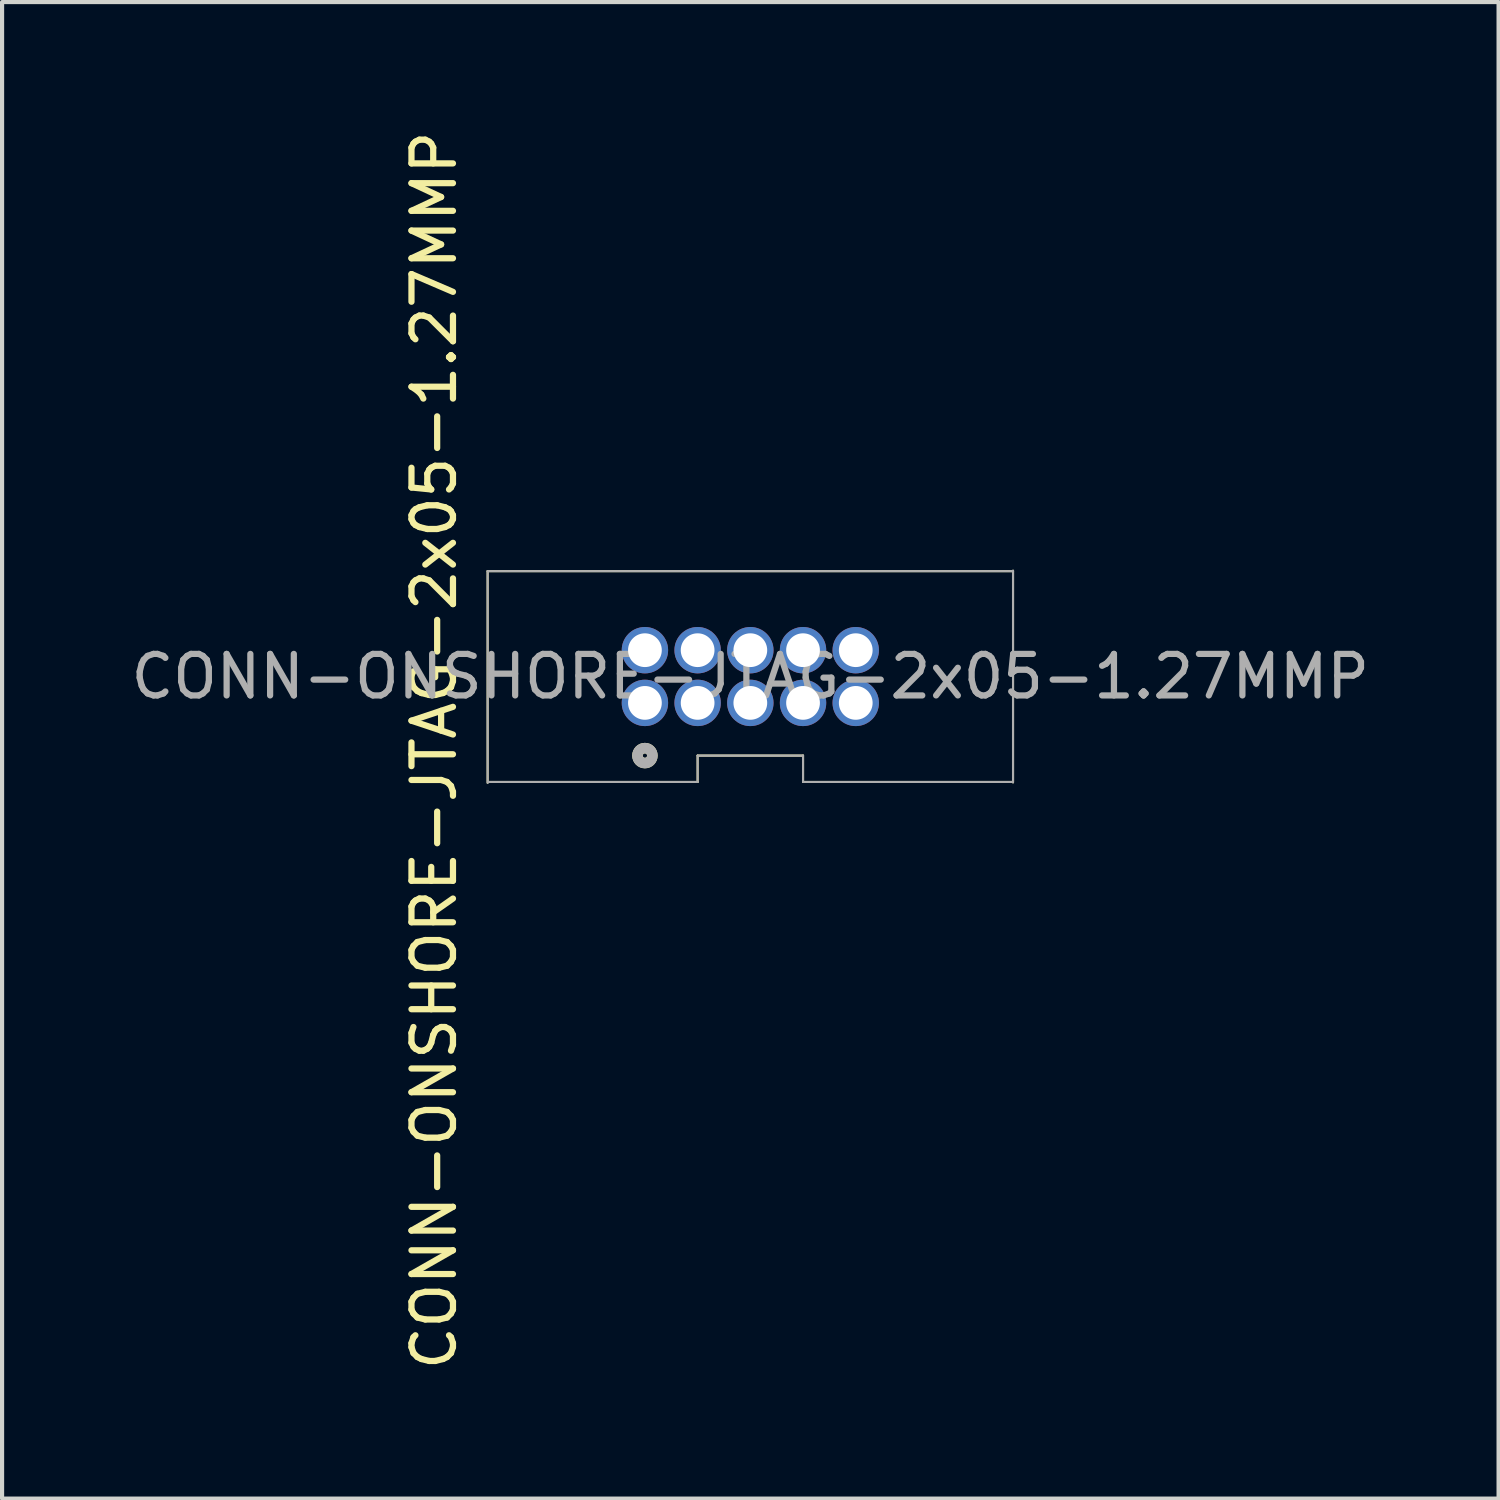
<source format=kicad_pcb>
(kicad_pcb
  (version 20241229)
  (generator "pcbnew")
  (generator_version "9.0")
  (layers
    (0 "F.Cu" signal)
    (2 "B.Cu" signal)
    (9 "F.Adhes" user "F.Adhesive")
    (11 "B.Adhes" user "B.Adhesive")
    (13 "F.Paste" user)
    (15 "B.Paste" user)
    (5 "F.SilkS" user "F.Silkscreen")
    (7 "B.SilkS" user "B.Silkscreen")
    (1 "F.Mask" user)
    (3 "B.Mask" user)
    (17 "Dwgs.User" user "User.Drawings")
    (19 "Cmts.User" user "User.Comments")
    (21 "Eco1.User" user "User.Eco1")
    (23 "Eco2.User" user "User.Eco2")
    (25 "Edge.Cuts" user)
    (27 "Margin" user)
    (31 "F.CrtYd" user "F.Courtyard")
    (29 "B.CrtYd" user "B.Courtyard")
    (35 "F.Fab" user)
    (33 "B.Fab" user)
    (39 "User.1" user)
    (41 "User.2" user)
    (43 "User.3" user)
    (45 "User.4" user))
  (footprint "CONN-ONSHORE-JTAG-2x05-1.27MMP"
    (layer "F.Cu")
    (at 15.03 13.252)
    (property "Reference" "CONN-ONSHORE-JTAG-2x05-1.27MMP" (at 0 0 0) (layer "F.Fab") (effects (font (size 1 1) (thickness 0.15))))
    (attr smd)
    (fp_line (start -6.33 -2.54) (end -6.33 2.56) (stroke (width 0.05) (type solid)) (layer "F.SilkS"))
    (fp_line (start -6.33 -2.54) (end 6.33 -2.54) (stroke (width 0.05) (type solid)) (layer "F.SilkS"))
    (fp_line (start -6.31 2.54) (end -1.27 2.54) (stroke (width 0.05) (type solid)) (layer "F.SilkS"))
    (fp_line (start -1.27 1.905) (end 1.27 1.905) (stroke (width 0.05) (type solid)) (layer "F.SilkS"))
    (fp_line (start -1.27 2.54) (end -1.27 1.905) (stroke (width 0.05) (type solid)) (layer "F.SilkS"))
    (fp_line (start 1.27 1.905) (end 1.27 2.54) (stroke (width 0.05) (type solid)) (layer "F.SilkS"))
    (fp_line (start 6.31 2.54) (end 1.27 2.54) (stroke (width 0.05) (type solid)) (layer "F.SilkS"))
    (fp_line (start 6.33 -2.55) (end 6.33 2.55) (stroke (width 0.05) (type solid)) (layer "F.SilkS"))
    (fp_circle (center -2.54 1.905) (end -2.413 2.032) (stroke (width 0.254) (type solid)) (fill no) (layer "F.SilkS"))
    (fp_line (start -6.33 -2.54) (end -6.33 2.56) (stroke (width 0.05) (type solid)) (layer "F.Fab"))
    (fp_line (start -6.33 -2.54) (end 6.33 -2.54) (stroke (width 0.05) (type solid)) (layer "F.Fab"))
    (fp_line (start -6.31 2.54) (end -1.27 2.54) (stroke (width 0.05) (type solid)) (layer "F.Fab"))
    (fp_line (start -1.27 1.905) (end 1.27 1.905) (stroke (width 0.05) (type solid)) (layer "F.Fab"))
    (fp_line (start -1.27 2.54) (end -1.27 1.905) (stroke (width 0.05) (type solid)) (layer "F.Fab"))
    (fp_line (start 1.27 1.905) (end 1.27 2.54) (stroke (width 0.05) (type solid)) (layer "F.Fab"))
    (fp_line (start 6.31 2.54) (end 1.27 2.54) (stroke (width 0.05) (type solid)) (layer "F.Fab"))
    (fp_line (start 6.33 -2.55) (end 6.33 2.55) (stroke (width 0.05) (type solid)) (layer "F.Fab"))
    (fp_circle (center -2.54 1.905) (end -2.413 2.032) (stroke (width 0.254) (type solid)) (fill no) (layer "F.Fab"))
    (fp_text user "${REFERENCE}" (at -7.62 1.778 90) (layer "F.SilkS") (effects (font (size 1 1) (thickness 0.15))))
    (pad "1" thru_hole circle (at -2.54 0.635) (size 1.118 1.118) (drill 0.813) (layers "*.Cu" "*.Mask"))
    (pad "2" thru_hole circle (at -2.54 -0.635) (size 1.118 1.118) (drill 0.813) (layers "*.Cu" "*.Mask"))
    (pad "3" thru_hole circle (at -1.27 0.635) (size 1.118 1.118) (drill 0.813) (layers "*.Cu" "*.Mask"))
    (pad "4" thru_hole circle (at -1.27 -0.635) (size 1.118 1.118) (drill 0.813) (layers "*.Cu" "*.Mask"))
    (pad "5" thru_hole circle (at 0 0.635) (size 1.118 1.118) (drill 0.813) (layers "*.Cu" "*.Mask"))
    (pad "6" thru_hole circle (at 0 -0.635) (size 1.118 1.118) (drill 0.813) (layers "*.Cu" "*.Mask"))
    (pad "7" thru_hole circle (at 1.27 0.635) (size 1.118 1.118) (drill 0.813) (layers "*.Cu" "*.Mask"))
    (pad "8" thru_hole circle (at 1.27 -0.635) (size 1.118 1.118) (drill 0.813) (layers "*.Cu" "*.Mask"))
    (pad "9" thru_hole circle (at 2.54 0.635) (size 1.118 1.118) (drill 0.813) (layers "*.Cu" "*.Mask"))
    (pad "10" thru_hole circle (at 2.54 -0.635) (size 1.118 1.118) (drill 0.813) (layers "*.Cu" "*.Mask")))
  (gr_rect
    (start -3 -3)
    (end 33.06 33.06)
    (stroke (width 0.1) (type default))
    (fill no)
    (layer "Edge.Cuts")))
</source>
